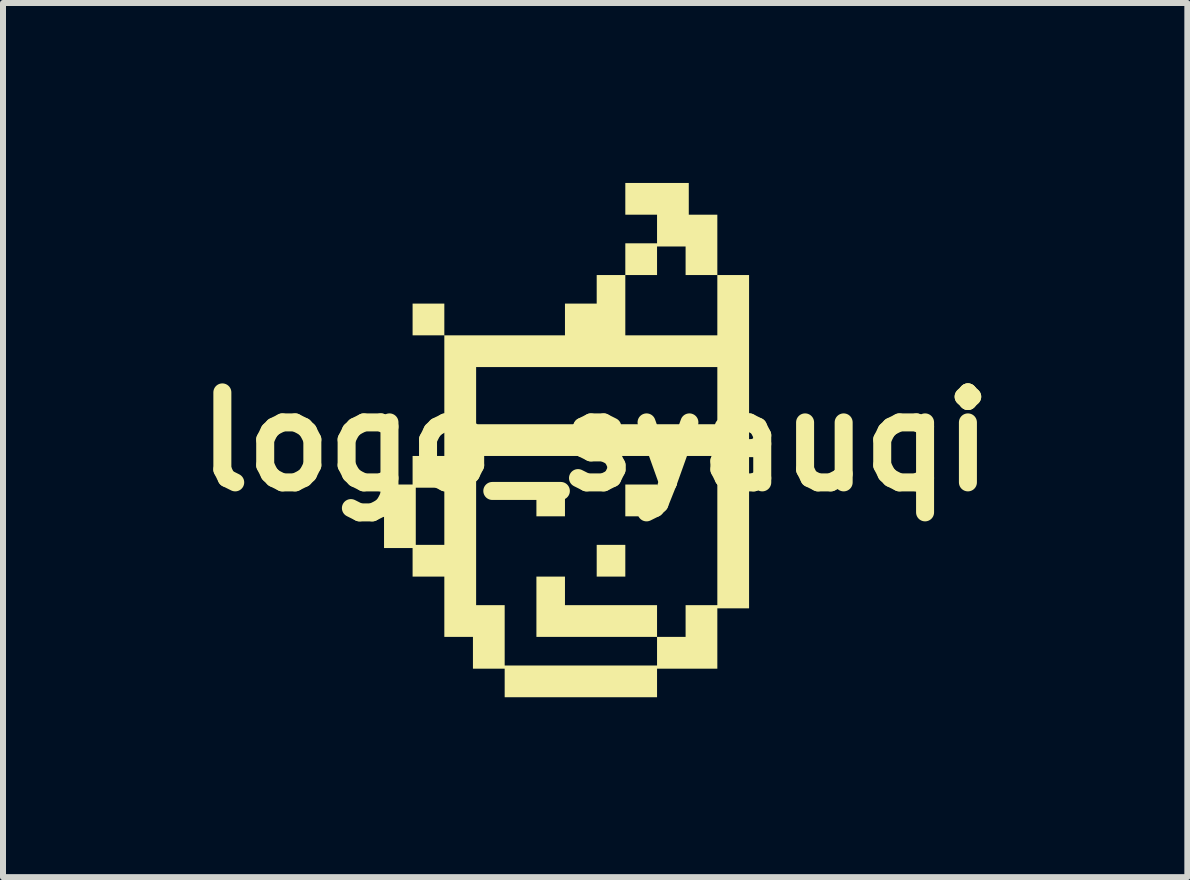
<source format=kicad_pcb>
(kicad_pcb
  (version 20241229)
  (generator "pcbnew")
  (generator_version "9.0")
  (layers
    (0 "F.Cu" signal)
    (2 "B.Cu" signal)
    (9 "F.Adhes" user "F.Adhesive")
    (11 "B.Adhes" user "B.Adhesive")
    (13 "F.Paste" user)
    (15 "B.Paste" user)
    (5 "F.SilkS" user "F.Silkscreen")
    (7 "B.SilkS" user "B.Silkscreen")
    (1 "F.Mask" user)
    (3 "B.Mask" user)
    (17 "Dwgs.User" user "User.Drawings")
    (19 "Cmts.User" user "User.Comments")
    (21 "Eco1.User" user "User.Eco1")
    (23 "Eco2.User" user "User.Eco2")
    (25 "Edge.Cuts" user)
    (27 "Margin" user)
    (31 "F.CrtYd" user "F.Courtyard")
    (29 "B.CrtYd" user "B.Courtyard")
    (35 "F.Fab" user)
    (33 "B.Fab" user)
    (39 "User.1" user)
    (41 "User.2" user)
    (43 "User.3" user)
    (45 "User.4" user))
  (footprint "logo_syauqi"
    (layer "F.Cu")
    (at 6.871 4.313)
    (property "Reference" "logo_syauqi" (at 0 0 0) (layer "F.SilkS") (effects (font (size 1.5 1.5) (thickness 0.3))))
    (attr board_only exclude_from_pos_files exclude_from_bom)
    (fp_poly (pts (xy -0.503 0.979) (xy -0.503 1.244) (xy -0.741 1.244) (xy -0.979 1.244) (xy -0.979 0.979) (xy -0.979 0.714) (xy -0.741 0.714) (xy -0.503 0.714)) (stroke (width 0) (type solid)) (fill yes) (layer "F.SilkS"))
    (fp_poly (pts (xy 0.503 1.984) (xy 0.503 2.249) (xy 0.265 2.249) (xy 0.026 2.249) (xy 0.026 1.984) (xy 0.026 1.72) (xy 0.265 1.72) (xy 0.503 1.72)) (stroke (width 0) (type solid)) (fill yes) (layer "F.SilkS"))
    (fp_poly (pts (xy 1.032 0.979) (xy 1.032 1.244) (xy 0.767 1.244) (xy 0.503 1.244) (xy 0.503 0.979) (xy 0.503 0.714) (xy 0.767 0.714) (xy 1.032 0.714)) (stroke (width 0) (type solid)) (fill yes) (layer "F.SilkS"))
    (fp_poly (pts (xy -0.503 2.487) (xy -0.503 2.725) (xy 0.265 2.725) (xy 1.032 2.725) (xy 1.032 2.99) (xy 1.032 3.254) (xy 0.026 3.254) (xy -0.979 3.254) (xy -0.979 2.752) (xy -0.979 2.249) (xy -0.741 2.249) (xy -0.503 2.249)) (stroke (width 0) (type solid)) (fill yes) (layer "F.SilkS"))
    (fp_poly (pts (xy 1.561 -4.048) (xy 1.561 -3.784) (xy 1.799 -3.784) (xy 2.037 -3.784) (xy 2.037 -3.281) (xy 2.037 -2.778) (xy 1.773 -2.778) (xy 1.508 -2.778) (xy 1.508 -3.016) (xy 1.508 -3.254) (xy 1.27 -3.254) (xy 1.032 -3.254) (xy 1.032 -3.016) (xy 1.032 -2.778) (xy 0.767 -2.778) (xy 0.503 -2.778) (xy 0.503 -2.275) (xy 0.503 -1.773) (xy 1.27 -1.773) (xy 2.037 -1.773) (xy 2.037 -2.275) (xy 2.037 -2.778) (xy 2.302 -2.778) (xy 2.566 -2.778) (xy 2.566 0) (xy 2.566 2.778) (xy 2.302 2.778) (xy 2.037 2.778) (xy 2.037 3.281) (xy 2.037 3.784) (xy 1.535 3.784) (xy 1.032 3.784) (xy 1.032 4.022) (xy 1.032 4.26) (xy -0.238 4.26) (xy -1.508 4.26) (xy -1.508 4.022) (xy -1.508 3.784) (xy -1.773 3.784) (xy -2.037 3.784) (xy -2.037 3.519) (xy -2.037 3.254) (xy -2.275 3.254) (xy -2.514 3.254) (xy -2.514 2.752) (xy -2.514 2.249) (xy -2.778 2.249) (xy -3.043 2.249) (xy -3.043 2.011) (xy -3.043 1.773) (xy -3.281 1.773) (xy -3.519 1.773) (xy -3.519 1.244) (xy -2.99 1.244) (xy -2.99 1.72) (xy -2.752 1.72) (xy -2.514 1.72) (xy -2.514 1.482) (xy -1.984 1.482) (xy -1.984 2.725) (xy -1.746 2.725) (xy -1.508 2.725) (xy -1.508 3.228) (xy -1.508 3.731) (xy -0.238 3.731) (xy 1.032 3.731) (xy 1.032 3.493) (xy 1.032 3.254) (xy 1.27 3.254) (xy 1.508 3.254) (xy 1.508 2.99) (xy 1.508 2.725) (xy 1.773 2.725) (xy 2.037 2.725) (xy 2.037 1.482) (xy 2.037 0.238) (xy 0.026 0.238) (xy -1.984 0.238) (xy -1.984 1.482) (xy -2.514 1.482) (xy -2.514 1.244) (xy -2.514 0.767) (xy -2.752 0.767) (xy -2.99 0.767) (xy -2.99 1.244) (xy -3.519 1.244) (xy -3.519 0.714) (xy -3.281 0.714) (xy -3.043 0.714) (xy -3.043 0.476) (xy -3.043 0.238) (xy -2.778 0.238) (xy -2.514 0.238) (xy -2.514 -0.767) (xy -1.984 -0.767) (xy -1.984 -0.291) (xy 0.026 -0.291) (xy 2.037 -0.291) (xy 2.037 -0.767) (xy 2.037 -1.244) (xy 0.026 -1.244) (xy -1.984 -1.244) (xy -1.984 -0.767) (xy -2.514 -0.767) (xy -2.514 -1.773) (xy -2.778 -1.773) (xy -3.043 -1.773) (xy -3.043 -2.037) (xy -3.043 -2.302) (xy -2.778 -2.302) (xy -2.514 -2.302) (xy -2.514 -2.037) (xy -2.514 -1.773) (xy -1.508 -1.773) (xy -0.503 -1.773) (xy -0.503 -2.037) (xy -0.503 -2.302) (xy -0.238 -2.302) (xy 0.026 -2.302) (xy 0.026 -2.54) (xy 0.026 -2.778) (xy 0.265 -2.778) (xy 0.503 -2.778) (xy 0.503 -3.043) (xy 0.503 -3.307) (xy 0.767 -3.307) (xy 1.032 -3.307) (xy 1.032 -3.545) (xy 1.032 -3.784) (xy 0.767 -3.784) (xy 0.503 -3.784) (xy 0.503 -4.048) (xy 0.503 -4.313) (xy 1.032 -4.313) (xy 1.561 -4.313)) (stroke (width 0) (type solid)) (fill yes) (layer "F.SilkS")))
  (gr_rect
    (start -3 -3)
    (end 16.743 11.572)
    (stroke (width 0.1) (type default))
    (fill no)
    (layer "Edge.Cuts")))
</source>
